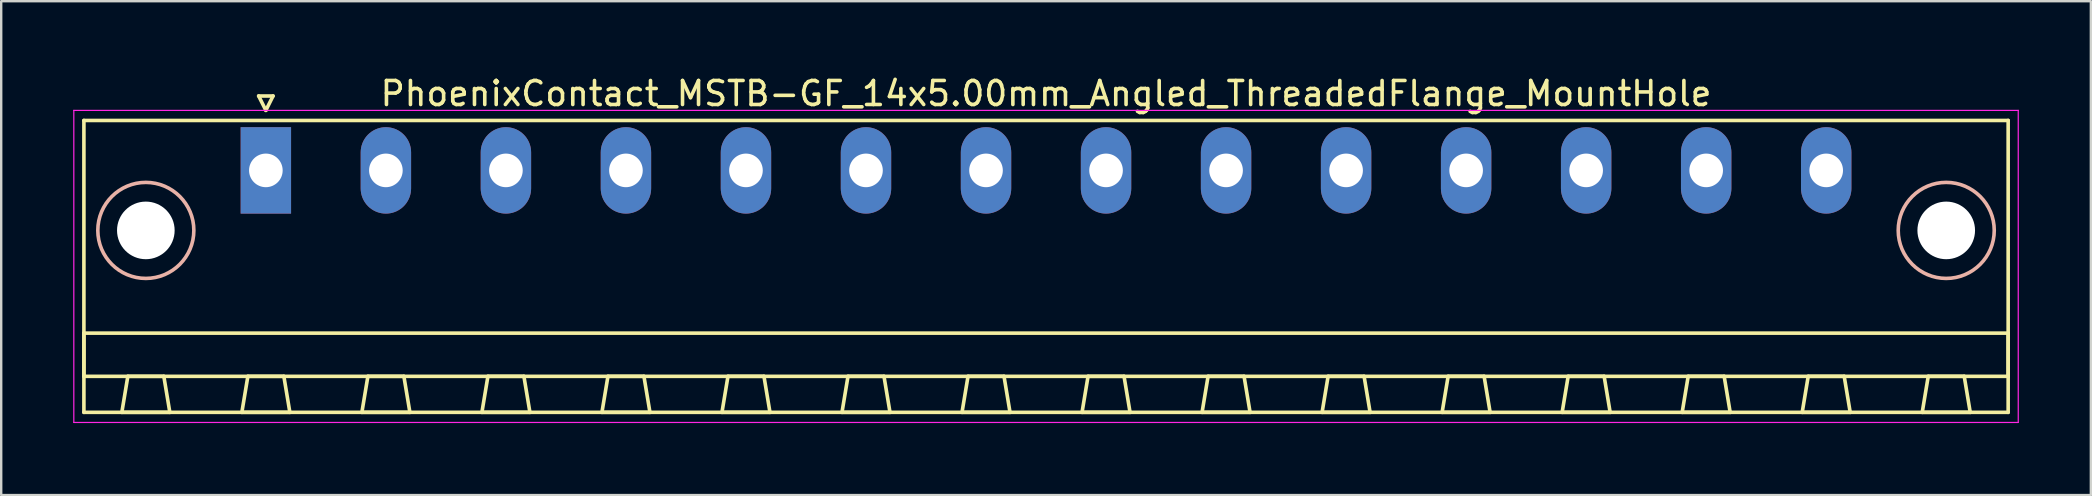
<source format=kicad_pcb>
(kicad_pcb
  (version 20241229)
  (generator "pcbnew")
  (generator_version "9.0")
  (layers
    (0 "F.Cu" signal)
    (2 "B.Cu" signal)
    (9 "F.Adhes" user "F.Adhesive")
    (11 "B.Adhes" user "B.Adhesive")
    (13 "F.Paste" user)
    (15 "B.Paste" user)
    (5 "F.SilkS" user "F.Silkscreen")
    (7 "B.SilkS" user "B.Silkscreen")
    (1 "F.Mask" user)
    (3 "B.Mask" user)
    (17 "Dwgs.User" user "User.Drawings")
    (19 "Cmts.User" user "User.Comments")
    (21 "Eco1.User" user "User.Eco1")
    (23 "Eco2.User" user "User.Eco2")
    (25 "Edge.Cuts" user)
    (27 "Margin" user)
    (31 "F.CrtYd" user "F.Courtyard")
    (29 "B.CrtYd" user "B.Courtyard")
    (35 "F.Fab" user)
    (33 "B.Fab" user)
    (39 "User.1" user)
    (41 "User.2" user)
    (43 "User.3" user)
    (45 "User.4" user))
  (footprint "PhoenixContact_MSTB-GF_14x5.00mm_Angled_ThreadedFlange_MountHole"
    (layer "F.Cu")
    (at 8.025 4.048)
    (property "Reference" "PhoenixContact_MSTB-GF_14x5.00mm_Angled_ThreadedFlange_MountHole" (at 32.5 -3.2 0) (layer "F.SilkS") (effects (font (size 1 1) (thickness 0.15))))
    (attr through_hole)
    (fp_line (start -7.58 -2.08) (end -7.58 10.08) (stroke (width 0.15) (type solid)) (layer "F.SilkS"))
    (fp_line (start -7.58 6.78) (end 72.58 6.78) (stroke (width 0.15) (type solid)) (layer "F.SilkS"))
    (fp_line (start -7.58 8.58) (end -7.58 6.78) (stroke (width 0.15) (type solid)) (layer "F.SilkS"))
    (fp_line (start -7.58 10.08) (end 72.58 10.08) (stroke (width 0.15) (type solid)) (layer "F.SilkS"))
    (fp_line (start -6 10.08) (end -4 10.08) (stroke (width 0.15) (type solid)) (layer "F.SilkS"))
    (fp_line (start -5.75 8.58) (end -6 10.08) (stroke (width 0.15) (type solid)) (layer "F.SilkS"))
    (fp_line (start -4.25 8.58) (end -5.75 8.58) (stroke (width 0.15) (type solid)) (layer "F.SilkS"))
    (fp_line (start -4 10.08) (end -4.25 8.58) (stroke (width 0.15) (type solid)) (layer "F.SilkS"))
    (fp_line (start -1 10.08) (end 1 10.08) (stroke (width 0.15) (type solid)) (layer "F.SilkS"))
    (fp_line (start -0.75 8.58) (end -1 10.08) (stroke (width 0.15) (type solid)) (layer "F.SilkS"))
    (fp_line (start -0.3 -3.1) (end 0 -2.5) (stroke (width 0.15) (type solid)) (layer "F.SilkS"))
    (fp_line (start 0 -2.5) (end 0.3 -3.1) (stroke (width 0.15) (type solid)) (layer "F.SilkS"))
    (fp_line (start 0.3 -3.1) (end -0.3 -3.1) (stroke (width 0.15) (type solid)) (layer "F.SilkS"))
    (fp_line (start 0.75 8.58) (end -0.75 8.58) (stroke (width 0.15) (type solid)) (layer "F.SilkS"))
    (fp_line (start 1 10.08) (end 0.75 8.58) (stroke (width 0.15) (type solid)) (layer "F.SilkS"))
    (fp_line (start 4 10.08) (end 6 10.08) (stroke (width 0.15) (type solid)) (layer "F.SilkS"))
    (fp_line (start 4.25 8.58) (end 4 10.08) (stroke (width 0.15) (type solid)) (layer "F.SilkS"))
    (fp_line (start 5.75 8.58) (end 4.25 8.58) (stroke (width 0.15) (type solid)) (layer "F.SilkS"))
    (fp_line (start 6 10.08) (end 5.75 8.58) (stroke (width 0.15) (type solid)) (layer "F.SilkS"))
    (fp_line (start 9 10.08) (end 11 10.08) (stroke (width 0.15) (type solid)) (layer "F.SilkS"))
    (fp_line (start 9.25 8.58) (end 9 10.08) (stroke (width 0.15) (type solid)) (layer "F.SilkS"))
    (fp_line (start 10.75 8.58) (end 9.25 8.58) (stroke (width 0.15) (type solid)) (layer "F.SilkS"))
    (fp_line (start 11 10.08) (end 10.75 8.58) (stroke (width 0.15) (type solid)) (layer "F.SilkS"))
    (fp_line (start 14 10.08) (end 16 10.08) (stroke (width 0.15) (type solid)) (layer "F.SilkS"))
    (fp_line (start 14.25 8.58) (end 14 10.08) (stroke (width 0.15) (type solid)) (layer "F.SilkS"))
    (fp_line (start 15.75 8.58) (end 14.25 8.58) (stroke (width 0.15) (type solid)) (layer "F.SilkS"))
    (fp_line (start 16 10.08) (end 15.75 8.58) (stroke (width 0.15) (type solid)) (layer "F.SilkS"))
    (fp_line (start 19 10.08) (end 21 10.08) (stroke (width 0.15) (type solid)) (layer "F.SilkS"))
    (fp_line (start 19.25 8.58) (end 19 10.08) (stroke (width 0.15) (type solid)) (layer "F.SilkS"))
    (fp_line (start 20.75 8.58) (end 19.25 8.58) (stroke (width 0.15) (type solid)) (layer "F.SilkS"))
    (fp_line (start 21 10.08) (end 20.75 8.58) (stroke (width 0.15) (type solid)) (layer "F.SilkS"))
    (fp_line (start 24 10.08) (end 26 10.08) (stroke (width 0.15) (type solid)) (layer "F.SilkS"))
    (fp_line (start 24.25 8.58) (end 24 10.08) (stroke (width 0.15) (type solid)) (layer "F.SilkS"))
    (fp_line (start 25.75 8.58) (end 24.25 8.58) (stroke (width 0.15) (type solid)) (layer "F.SilkS"))
    (fp_line (start 26 10.08) (end 25.75 8.58) (stroke (width 0.15) (type solid)) (layer "F.SilkS"))
    (fp_line (start 29 10.08) (end 31 10.08) (stroke (width 0.15) (type solid)) (layer "F.SilkS"))
    (fp_line (start 29.25 8.58) (end 29 10.08) (stroke (width 0.15) (type solid)) (layer "F.SilkS"))
    (fp_line (start 30.75 8.58) (end 29.25 8.58) (stroke (width 0.15) (type solid)) (layer "F.SilkS"))
    (fp_line (start 31 10.08) (end 30.75 8.58) (stroke (width 0.15) (type solid)) (layer "F.SilkS"))
    (fp_line (start 34 10.08) (end 36 10.08) (stroke (width 0.15) (type solid)) (layer "F.SilkS"))
    (fp_line (start 34.25 8.58) (end 34 10.08) (stroke (width 0.15) (type solid)) (layer "F.SilkS"))
    (fp_line (start 35.75 8.58) (end 34.25 8.58) (stroke (width 0.15) (type solid)) (layer "F.SilkS"))
    (fp_line (start 36 10.08) (end 35.75 8.58) (stroke (width 0.15) (type solid)) (layer "F.SilkS"))
    (fp_line (start 39 10.08) (end 41 10.08) (stroke (width 0.15) (type solid)) (layer "F.SilkS"))
    (fp_line (start 39.25 8.58) (end 39 10.08) (stroke (width 0.15) (type solid)) (layer "F.SilkS"))
    (fp_line (start 40.75 8.58) (end 39.25 8.58) (stroke (width 0.15) (type solid)) (layer "F.SilkS"))
    (fp_line (start 41 10.08) (end 40.75 8.58) (stroke (width 0.15) (type solid)) (layer "F.SilkS"))
    (fp_line (start 44 10.08) (end 46 10.08) (stroke (width 0.15) (type solid)) (layer "F.SilkS"))
    (fp_line (start 44.25 8.58) (end 44 10.08) (stroke (width 0.15) (type solid)) (layer "F.SilkS"))
    (fp_line (start 45.75 8.58) (end 44.25 8.58) (stroke (width 0.15) (type solid)) (layer "F.SilkS"))
    (fp_line (start 46 10.08) (end 45.75 8.58) (stroke (width 0.15) (type solid)) (layer "F.SilkS"))
    (fp_line (start 49 10.08) (end 51 10.08) (stroke (width 0.15) (type solid)) (layer "F.SilkS"))
    (fp_line (start 49.25 8.58) (end 49 10.08) (stroke (width 0.15) (type solid)) (layer "F.SilkS"))
    (fp_line (start 50.75 8.58) (end 49.25 8.58) (stroke (width 0.15) (type solid)) (layer "F.SilkS"))
    (fp_line (start 51 10.08) (end 50.75 8.58) (stroke (width 0.15) (type solid)) (layer "F.SilkS"))
    (fp_line (start 54 10.08) (end 56 10.08) (stroke (width 0.15) (type solid)) (layer "F.SilkS"))
    (fp_line (start 54.25 8.58) (end 54 10.08) (stroke (width 0.15) (type solid)) (layer "F.SilkS"))
    (fp_line (start 55.75 8.58) (end 54.25 8.58) (stroke (width 0.15) (type solid)) (layer "F.SilkS"))
    (fp_line (start 56 10.08) (end 55.75 8.58) (stroke (width 0.15) (type solid)) (layer "F.SilkS"))
    (fp_line (start 59 10.08) (end 61 10.08) (stroke (width 0.15) (type solid)) (layer "F.SilkS"))
    (fp_line (start 59.25 8.58) (end 59 10.08) (stroke (width 0.15) (type solid)) (layer "F.SilkS"))
    (fp_line (start 60.75 8.58) (end 59.25 8.58) (stroke (width 0.15) (type solid)) (layer "F.SilkS"))
    (fp_line (start 61 10.08) (end 60.75 8.58) (stroke (width 0.15) (type solid)) (layer "F.SilkS"))
    (fp_line (start 64 10.08) (end 66 10.08) (stroke (width 0.15) (type solid)) (layer "F.SilkS"))
    (fp_line (start 64.25 8.58) (end 64 10.08) (stroke (width 0.15) (type solid)) (layer "F.SilkS"))
    (fp_line (start 65.75 8.58) (end 64.25 8.58) (stroke (width 0.15) (type solid)) (layer "F.SilkS"))
    (fp_line (start 66 10.08) (end 65.75 8.58) (stroke (width 0.15) (type solid)) (layer "F.SilkS"))
    (fp_line (start 69 10.08) (end 71 10.08) (stroke (width 0.15) (type solid)) (layer "F.SilkS"))
    (fp_line (start 69.25 8.58) (end 69 10.08) (stroke (width 0.15) (type solid)) (layer "F.SilkS"))
    (fp_line (start 70.75 8.58) (end 69.25 8.58) (stroke (width 0.15) (type solid)) (layer "F.SilkS"))
    (fp_line (start 71 10.08) (end 70.75 8.58) (stroke (width 0.15) (type solid)) (layer "F.SilkS"))
    (fp_line (start 72.58 -2.08) (end -7.58 -2.08) (stroke (width 0.15) (type solid)) (layer "F.SilkS"))
    (fp_line (start 72.58 6.78) (end 72.58 8.58) (stroke (width 0.15) (type solid)) (layer "F.SilkS"))
    (fp_line (start 72.58 8.58) (end -7.58 8.58) (stroke (width 0.15) (type solid)) (layer "F.SilkS"))
    (fp_line (start 72.58 10.08) (end 72.58 -2.08) (stroke (width 0.15) (type solid)) (layer "F.SilkS"))
    (fp_circle (center -5 2.5) (end -3 2.5) (stroke (width 0.15) (type solid)) (fill no) (layer "B.SilkS"))
    (fp_circle (center 70 2.5) (end 72 2.5) (stroke (width 0.15) (type solid)) (fill no) (layer "B.SilkS"))
    (fp_line (start -8 -2.5) (end -8 10.5) (stroke (width 0.05) (type solid)) (layer "F.CrtYd"))
    (fp_line (start -8 10.5) (end 73 10.5) (stroke (width 0.05) (type solid)) (layer "F.CrtYd"))
    (fp_line (start 73 -2.5) (end -8 -2.5) (stroke (width 0.05) (type solid)) (layer "F.CrtYd"))
    (fp_line (start 73 10.5) (end 73 -2.5) (stroke (width 0.05) (type solid)) (layer "F.CrtYd"))
    (pad "" np_thru_hole circle (at -5 2.5) (size 2.4 2.4) (drill 2.4) (layers "*.Cu" "*.Mask"))
    (pad "" np_thru_hole circle (at 70 2.5) (size 2.4 2.4) (drill 2.4) (layers "*.Cu" "*.Mask"))
    (pad "1" thru_hole rect (at 0 0) (size 2.1 3.6) (drill 1.4) (layers "*.Cu" "*.Mask"))
    (pad "2" thru_hole oval (at 5 0) (size 2.1 3.6) (drill 1.4) (layers "*.Cu" "*.Mask"))
    (pad "3" thru_hole oval (at 10 0) (size 2.1 3.6) (drill 1.4) (layers "*.Cu" "*.Mask"))
    (pad "4" thru_hole oval (at 15 0) (size 2.1 3.6) (drill 1.4) (layers "*.Cu" "*.Mask"))
    (pad "5" thru_hole oval (at 20 0) (size 2.1 3.6) (drill 1.4) (layers "*.Cu" "*.Mask"))
    (pad "6" thru_hole oval (at 25 0) (size 2.1 3.6) (drill 1.4) (layers "*.Cu" "*.Mask"))
    (pad "7" thru_hole oval (at 30 0) (size 2.1 3.6) (drill 1.4) (layers "*.Cu" "*.Mask"))
    (pad "8" thru_hole oval (at 35 0) (size 2.1 3.6) (drill 1.4) (layers "*.Cu" "*.Mask"))
    (pad "9" thru_hole oval (at 40 0) (size 2.1 3.6) (drill 1.4) (layers "*.Cu" "*.Mask"))
    (pad "10" thru_hole oval (at 45 0) (size 2.1 3.6) (drill 1.4) (layers "*.Cu" "*.Mask"))
    (pad "11" thru_hole oval (at 50 0) (size 2.1 3.6) (drill 1.4) (layers "*.Cu" "*.Mask"))
    (pad "12" thru_hole oval (at 55 0) (size 2.1 3.6) (drill 1.4) (layers "*.Cu" "*.Mask"))
    (pad "13" thru_hole oval (at 60 0) (size 2.1 3.6) (drill 1.4) (layers "*.Cu" "*.Mask"))
    (pad "14" thru_hole oval (at 65 0) (size 2.1 3.6) (drill 1.4) (layers "*.Cu" "*.Mask")))
  (gr_rect
    (start -3 -3)
    (end 84.05 17.573)
    (stroke (width 0.1) (type default))
    (fill no)
    (layer "Edge.Cuts")))
</source>
